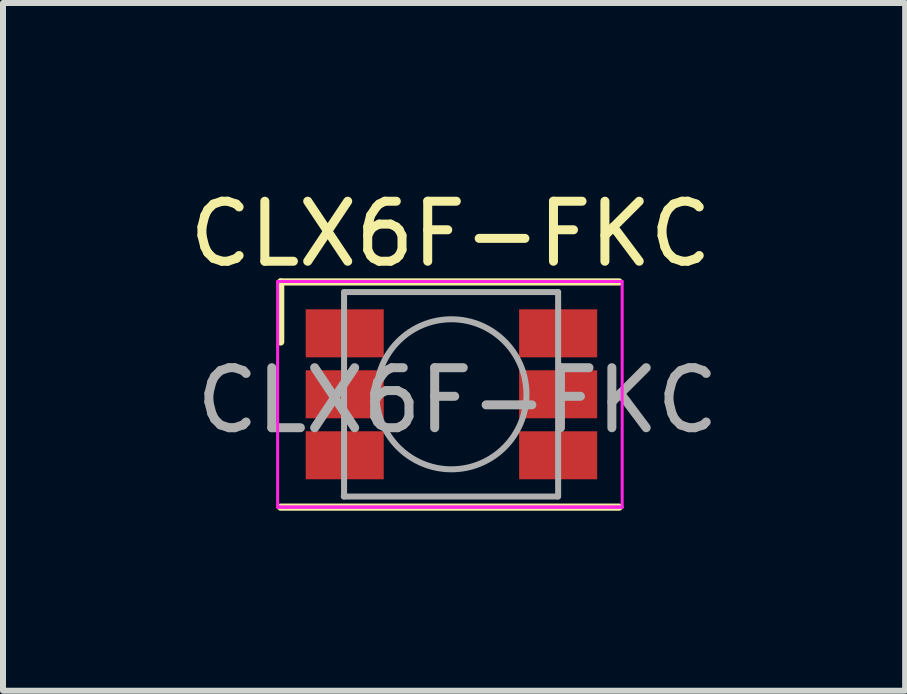
<source format=kicad_pcb>
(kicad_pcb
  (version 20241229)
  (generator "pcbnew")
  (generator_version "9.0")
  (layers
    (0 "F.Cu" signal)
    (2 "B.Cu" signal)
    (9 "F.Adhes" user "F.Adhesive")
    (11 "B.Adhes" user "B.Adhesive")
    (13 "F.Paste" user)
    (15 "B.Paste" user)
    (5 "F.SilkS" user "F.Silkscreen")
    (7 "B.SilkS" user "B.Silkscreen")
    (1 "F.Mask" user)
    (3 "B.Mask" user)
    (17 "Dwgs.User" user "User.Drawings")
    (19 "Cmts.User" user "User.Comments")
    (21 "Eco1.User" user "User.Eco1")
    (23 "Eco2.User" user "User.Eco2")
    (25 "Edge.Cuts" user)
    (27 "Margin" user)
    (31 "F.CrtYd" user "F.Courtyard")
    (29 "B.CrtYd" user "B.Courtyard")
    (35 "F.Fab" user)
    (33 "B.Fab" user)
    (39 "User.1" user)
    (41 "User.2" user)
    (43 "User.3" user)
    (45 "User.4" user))
  (footprint "CLX6F-FKC"
    (layer "F.Cu")
    (at 4.472 3.52)
    (property "Reference" "CLX6F-FKC" (at -0.014 -2.672 0) (layer "F.SilkS") (effects (font (size 1 1) (thickness 0.15))))
    (attr smd)
    (fp_line (start -2.845 -1.872) (end 2.794 -1.872) (stroke (width 0.12) (type solid)) (layer "F.SilkS"))
    (fp_line (start -2.845 -0.872) (end -2.845 -1.872) (stroke (width 0.12) (type solid)) (layer "F.SilkS"))
    (fp_line (start -2.845 1.88) (end 2.794 1.88) (stroke (width 0.12) (type solid)) (layer "F.SilkS"))
    (fp_line (start -2.896 -1.88) (end 2.845 -1.88) (stroke (width 0.05) (type solid)) (layer "F.CrtYd"))
    (fp_line (start -2.896 1.88) (end -2.896 -1.88) (stroke (width 0.05) (type solid)) (layer "F.CrtYd"))
    (fp_line (start -2.896 1.88) (end 2.845 1.88) (stroke (width 0.05) (type solid)) (layer "F.CrtYd"))
    (fp_line (start 2.845 1.88) (end -2.896 1.88) (stroke (width 0.05) (type solid)) (layer "F.CrtYd"))
    (fp_line (start 2.845 1.88) (end 2.845 -1.88) (stroke (width 0.05) (type solid)) (layer "F.CrtYd"))
    (fp_line (start -1.794 1.703) (end 1.773 1.703) (stroke (width 0.1) (type solid)) (layer "F.Fab"))
    (fp_line (start -1.789 -1.703) (end -1.789 1.703) (stroke (width 0.1) (type solid)) (layer "F.Fab"))
    (fp_line (start -1.789 -1.703) (end 1.778 -1.703) (stroke (width 0.1) (type solid)) (layer "F.Fab"))
    (fp_line (start 1.778 -1.703) (end 1.778 1.703) (stroke (width 0.1) (type solid)) (layer "F.Fab"))
    (fp_circle (center 0 0) (end 1.25 0) (stroke (width 0.1) (type solid)) (fill no) (layer "F.Fab"))
    (fp_text user "${REFERENCE}" (at 0.102 0.102 0) (layer "F.Fab") (effects (font (size 1 1) (thickness 0.15))))
    (pad "1" smd rect (at -1.778 -1.016) (size 1.3 0.8) (layers "F.Cu" "F.Mask" "F.Paste"))
    (pad "2" smd rect (at -1.778 0) (size 1.3 0.8) (layers "F.Cu" "F.Mask" "F.Paste"))
    (pad "3" smd rect (at -1.778 1.016) (size 1.3 0.8) (layers "F.Cu" "F.Mask" "F.Paste"))
    (pad "4" smd rect (at 1.778 1.016) (size 1.3 0.8) (layers "F.Cu" "F.Mask" "F.Paste"))
    (pad "5" smd rect (at 1.778 0) (size 1.3 0.8) (layers "F.Cu" "F.Mask" "F.Paste"))
    (pad "6" smd rect (at 1.778 -1.016) (size 1.3 0.8) (layers "F.Cu" "F.Mask" "F.Paste")))
  (gr_rect
    (start -3 -3)
    (end 12.032 8.459)
    (stroke (width 0.1) (type default))
    (fill no)
    (layer "Edge.Cuts")))
</source>
